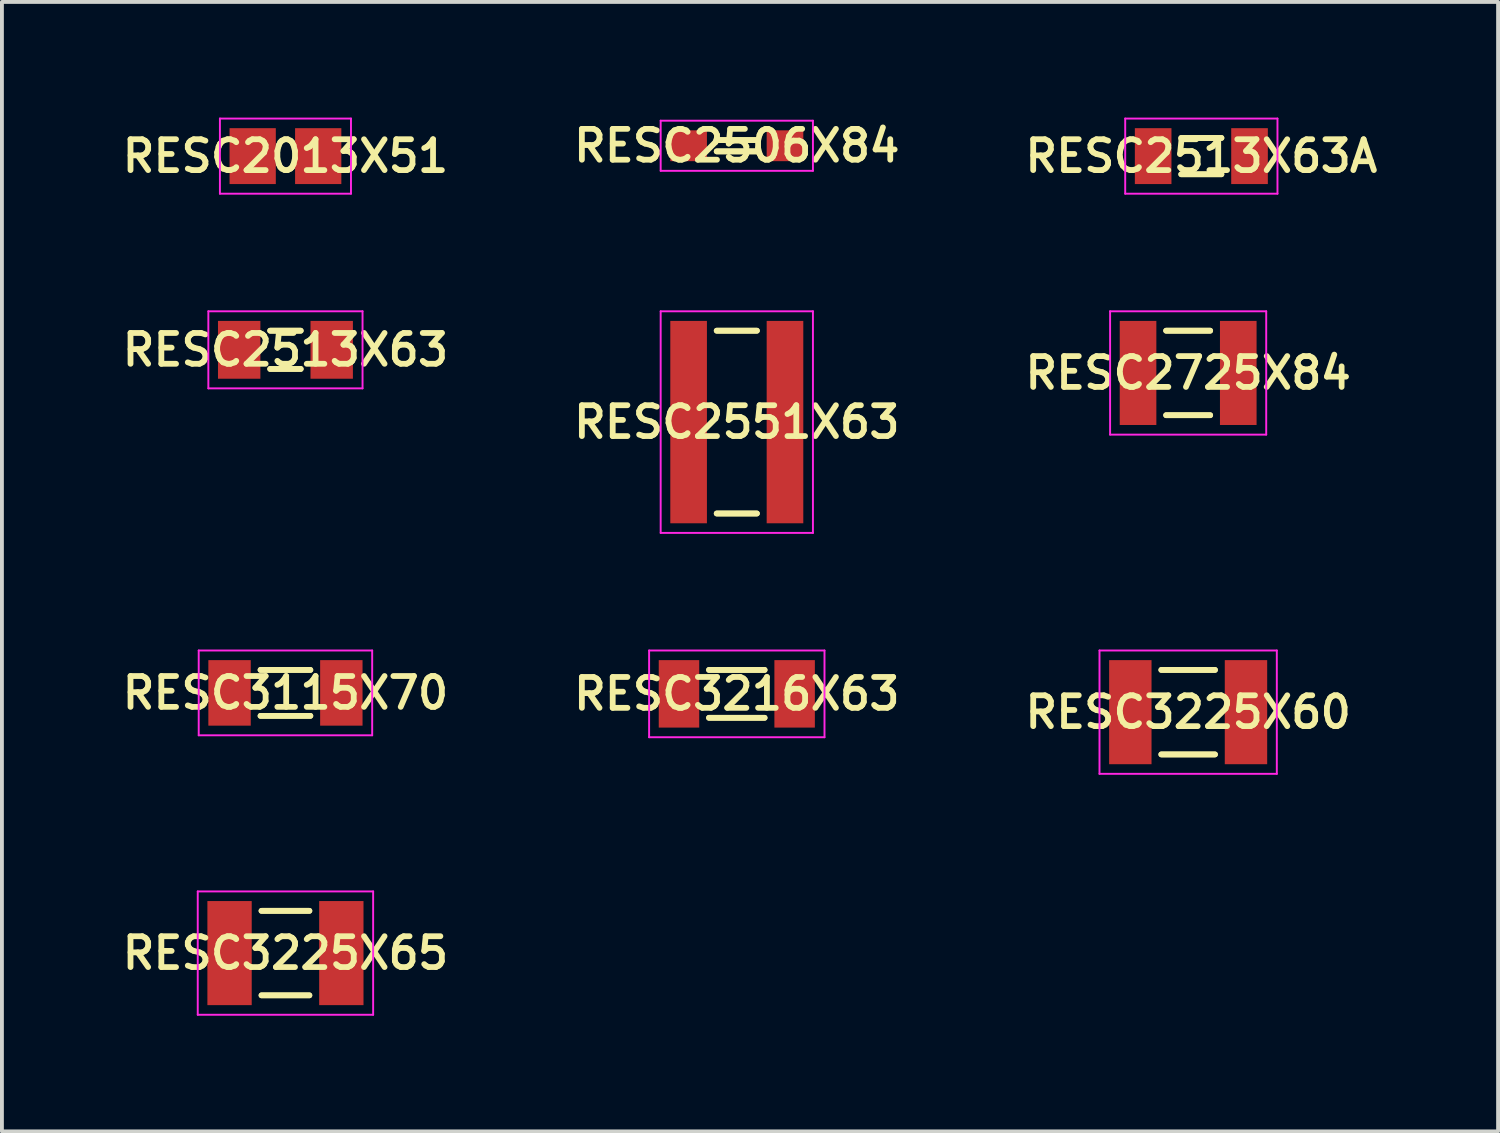
<source format=kicad_pcb>
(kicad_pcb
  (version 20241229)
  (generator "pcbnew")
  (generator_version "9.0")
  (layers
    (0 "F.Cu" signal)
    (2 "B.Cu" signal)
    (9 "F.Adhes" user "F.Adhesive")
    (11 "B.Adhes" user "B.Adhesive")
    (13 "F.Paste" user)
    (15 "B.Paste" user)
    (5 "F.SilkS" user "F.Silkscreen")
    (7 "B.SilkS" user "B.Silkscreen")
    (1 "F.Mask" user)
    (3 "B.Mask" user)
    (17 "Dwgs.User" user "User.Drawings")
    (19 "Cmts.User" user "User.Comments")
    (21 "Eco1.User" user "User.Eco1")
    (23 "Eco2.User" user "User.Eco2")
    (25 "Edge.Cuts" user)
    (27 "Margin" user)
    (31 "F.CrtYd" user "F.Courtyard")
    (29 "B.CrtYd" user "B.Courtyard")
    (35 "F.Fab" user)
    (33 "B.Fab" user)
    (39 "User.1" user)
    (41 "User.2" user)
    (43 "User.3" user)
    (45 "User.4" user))
  (footprint "RESC3225X65"
    (layer "F.Cu")
    (at 4.355 21.675)
    (property "Reference" "RESC3225X65" (at 0 0 0) (layer "F.SilkS") (effects (font (size 0.8 0.8) (thickness 0.15))))
    (attr smd)
    (fp_line (start -0.621 -1.096) (end 0.621 -1.096) (stroke (width 0.15) (type solid)) (layer "F.SilkS"))
    (fp_line (start -0.621 1.096) (end 0.621 1.096) (stroke (width 0.15) (type solid)) (layer "F.SilkS"))
    (fp_line (start 0.621 -1.096) (end -0.621 -1.096) (stroke (width 0.15) (type solid)) (layer "F.SilkS"))
    (fp_line (start 0.621 1.096) (end -0.621 1.096) (stroke (width 0.15) (type solid)) (layer "F.SilkS"))
    (fp_line (start -2.275 -1.6) (end 2.275 -1.6) (stroke (width 0.05) (type solid)) (layer "F.CrtYd"))
    (fp_line (start -2.275 1.6) (end -2.275 -1.6) (stroke (width 0.05) (type solid)) (layer "F.CrtYd"))
    (fp_line (start 2.275 -1.6) (end 2.275 1.6) (stroke (width 0.05) (type solid)) (layer "F.CrtYd"))
    (fp_line (start 2.275 1.6) (end -2.275 1.6) (stroke (width 0.05) (type solid)) (layer "F.CrtYd"))
    (pad "1" smd rect (at -1.45 0) (size 1.15 2.7) (layers "F.Cu" "F.Mask" "F.Paste"))
    (pad "2" smd rect (at 1.45 0) (size 1.15 2.7) (layers "F.Cu" "F.Mask" "F.Paste")))
  (footprint "RESC2506X84"
    (layer "F.Cu")
    (at 16.064 0.731)
    (property "Reference" "RESC2506X84" (at 0 0 0) (layer "F.SilkS") (effects (font (size 0.8 0.8) (thickness 0.15))))
    (attr smd)
    (fp_line (start -0.521 -0.146) (end 0.521 -0.146) (stroke (width 0.15) (type solid)) (layer "F.SilkS"))
    (fp_line (start -0.521 0.146) (end 0.521 0.146) (stroke (width 0.15) (type solid)) (layer "F.SilkS"))
    (fp_line (start 0.521 -0.146) (end -0.521 -0.146) (stroke (width 0.15) (type solid)) (layer "F.SilkS"))
    (fp_line (start 0.521 0.146) (end -0.521 0.146) (stroke (width 0.15) (type solid)) (layer "F.SilkS"))
    (fp_line (start -1.975 -0.65) (end 1.975 -0.65) (stroke (width 0.05) (type solid)) (layer "F.CrtYd"))
    (fp_line (start -1.975 0.65) (end -1.975 -0.65) (stroke (width 0.05) (type solid)) (layer "F.CrtYd"))
    (fp_line (start 1.975 -0.65) (end 1.975 0.65) (stroke (width 0.05) (type solid)) (layer "F.CrtYd"))
    (fp_line (start 1.975 0.65) (end -1.975 0.65) (stroke (width 0.05) (type solid)) (layer "F.CrtYd"))
    (pad "1" smd rect (at -1.25 0) (size 0.95 0.8) (layers "F.Cu" "F.Mask" "F.Paste"))
    (pad "2" smd rect (at 1.25 0) (size 0.95 0.8) (layers "F.Cu" "F.Mask" "F.Paste")))
  (footprint "RESC2513X63A"
    (layer "F.Cu")
    (at 28.115 1)
    (property "Reference" "RESC2513X63A" (at 0 0 0) (layer "F.SilkS") (effects (font (size 0.8 0.8) (thickness 0.15))))
    (attr smd)
    (fp_line (start -0.521 -0.471) (end 0.521 -0.471) (stroke (width 0.15) (type solid)) (layer "F.SilkS"))
    (fp_line (start -0.521 0.471) (end 0.521 0.471) (stroke (width 0.15) (type solid)) (layer "F.SilkS"))
    (fp_line (start 0.521 -0.471) (end -0.521 -0.471) (stroke (width 0.15) (type solid)) (layer "F.SilkS"))
    (fp_line (start 0.521 0.471) (end -0.521 0.471) (stroke (width 0.15) (type solid)) (layer "F.SilkS"))
    (fp_line (start -1.975 -0.975) (end 1.975 -0.975) (stroke (width 0.05) (type solid)) (layer "F.CrtYd"))
    (fp_line (start -1.975 0.975) (end -1.975 -0.975) (stroke (width 0.05) (type solid)) (layer "F.CrtYd"))
    (fp_line (start 1.975 -0.975) (end 1.975 0.975) (stroke (width 0.05) (type solid)) (layer "F.CrtYd"))
    (fp_line (start 1.975 0.975) (end -1.975 0.975) (stroke (width 0.05) (type solid)) (layer "F.CrtYd"))
    (pad "1" smd rect (at -1.25 0) (size 0.95 1.45) (layers "F.Cu" "F.Mask" "F.Paste"))
    (pad "2" smd rect (at 1.25 0) (size 0.95 1.45) (layers "F.Cu" "F.Mask" "F.Paste")))
  (footprint "RESC3216X63"
    (layer "F.Cu")
    (at 16.064 14.95)
    (property "Reference" "RESC3216X63" (at 0 0 0) (layer "F.SilkS") (effects (font (size 0.8 0.8) (thickness 0.15))))
    (attr smd)
    (fp_line (start -0.721 -0.621) (end 0.721 -0.621) (stroke (width 0.15) (type solid)) (layer "F.SilkS"))
    (fp_line (start -0.721 0.621) (end 0.721 0.621) (stroke (width 0.15) (type solid)) (layer "F.SilkS"))
    (fp_line (start 0.721 -0.621) (end -0.721 -0.621) (stroke (width 0.15) (type solid)) (layer "F.SilkS"))
    (fp_line (start 0.721 0.621) (end -0.721 0.621) (stroke (width 0.15) (type solid)) (layer "F.SilkS"))
    (fp_line (start -2.275 -1.125) (end 2.275 -1.125) (stroke (width 0.05) (type solid)) (layer "F.CrtYd"))
    (fp_line (start -2.275 1.125) (end -2.275 -1.125) (stroke (width 0.05) (type solid)) (layer "F.CrtYd"))
    (fp_line (start 2.275 -1.125) (end 2.275 1.125) (stroke (width 0.05) (type solid)) (layer "F.CrtYd"))
    (fp_line (start 2.275 1.125) (end -2.275 1.125) (stroke (width 0.05) (type solid)) (layer "F.CrtYd"))
    (pad "1" smd rect (at -1.5 0) (size 1.05 1.75) (layers "F.Cu" "F.Mask" "F.Paste"))
    (pad "2" smd rect (at 1.5 0) (size 1.05 1.75) (layers "F.Cu" "F.Mask" "F.Paste")))
  (footprint "RESC3225X60"
    (layer "F.Cu")
    (at 27.773 15.425)
    (property "Reference" "RESC3225X60" (at 0 0 0) (layer "F.SilkS") (effects (font (size 0.8 0.8) (thickness 0.15))))
    (attr smd)
    (fp_line (start -0.696 -1.096) (end 0.696 -1.096) (stroke (width 0.15) (type solid)) (layer "F.SilkS"))
    (fp_line (start -0.696 1.096) (end 0.696 1.096) (stroke (width 0.15) (type solid)) (layer "F.SilkS"))
    (fp_line (start 0.696 -1.096) (end -0.696 -1.096) (stroke (width 0.15) (type solid)) (layer "F.SilkS"))
    (fp_line (start 0.696 1.096) (end -0.696 1.096) (stroke (width 0.15) (type solid)) (layer "F.SilkS"))
    (fp_line (start -2.3 -1.6) (end 2.3 -1.6) (stroke (width 0.05) (type solid)) (layer "F.CrtYd"))
    (fp_line (start -2.3 1.6) (end -2.3 -1.6) (stroke (width 0.05) (type solid)) (layer "F.CrtYd"))
    (fp_line (start 2.3 -1.6) (end 2.3 1.6) (stroke (width 0.05) (type solid)) (layer "F.CrtYd"))
    (fp_line (start 2.3 1.6) (end -2.3 1.6) (stroke (width 0.05) (type solid)) (layer "F.CrtYd"))
    (pad "1" smd rect (at -1.5 0) (size 1.1 2.7) (layers "F.Cu" "F.Mask" "F.Paste"))
    (pad "2" smd rect (at 1.5 0) (size 1.1 2.7) (layers "F.Cu" "F.Mask" "F.Paste")))
  (footprint "RESC2725X84"
    (layer "F.Cu")
    (at 27.773 6.625)
    (property "Reference" "RESC2725X84" (at 0 0 0) (layer "F.SilkS") (effects (font (size 0.8 0.8) (thickness 0.15))))
    (attr smd)
    (fp_line (start -0.571 -1.096) (end 0.571 -1.096) (stroke (width 0.15) (type solid)) (layer "F.SilkS"))
    (fp_line (start -0.571 1.096) (end 0.571 1.096) (stroke (width 0.15) (type solid)) (layer "F.SilkS"))
    (fp_line (start 0.571 -1.096) (end -0.571 -1.096) (stroke (width 0.15) (type solid)) (layer "F.SilkS"))
    (fp_line (start 0.571 1.096) (end -0.571 1.096) (stroke (width 0.15) (type solid)) (layer "F.SilkS"))
    (fp_line (start -2.025 -1.6) (end 2.025 -1.6) (stroke (width 0.05) (type solid)) (layer "F.CrtYd"))
    (fp_line (start -2.025 1.6) (end -2.025 -1.6) (stroke (width 0.05) (type solid)) (layer "F.CrtYd"))
    (fp_line (start 2.025 -1.6) (end 2.025 1.6) (stroke (width 0.05) (type solid)) (layer "F.CrtYd"))
    (fp_line (start 2.025 1.6) (end -2.025 1.6) (stroke (width 0.05) (type solid)) (layer "F.CrtYd"))
    (pad "1" smd rect (at -1.3 0) (size 0.95 2.7) (layers "F.Cu" "F.Mask" "F.Paste"))
    (pad "2" smd rect (at 1.3 0) (size 0.95 2.7) (layers "F.Cu" "F.Mask" "F.Paste")))
  (footprint "RESC2551X63"
    (layer "F.Cu")
    (at 16.064 7.9)
    (property "Reference" "RESC2551X63" (at 0 0 0) (layer "F.SilkS") (effects (font (size 0.8 0.8) (thickness 0.15))))
    (attr smd)
    (fp_line (start -0.521 -2.371) (end 0.521 -2.371) (stroke (width 0.15) (type solid)) (layer "F.SilkS"))
    (fp_line (start -0.521 2.371) (end 0.521 2.371) (stroke (width 0.15) (type solid)) (layer "F.SilkS"))
    (fp_line (start 0.521 -2.371) (end -0.521 -2.371) (stroke (width 0.15) (type solid)) (layer "F.SilkS"))
    (fp_line (start 0.521 2.371) (end -0.521 2.371) (stroke (width 0.15) (type solid)) (layer "F.SilkS"))
    (fp_line (start -1.975 -2.875) (end 1.975 -2.875) (stroke (width 0.05) (type solid)) (layer "F.CrtYd"))
    (fp_line (start -1.975 2.875) (end -1.975 -2.875) (stroke (width 0.05) (type solid)) (layer "F.CrtYd"))
    (fp_line (start 1.975 -2.875) (end 1.975 2.875) (stroke (width 0.05) (type solid)) (layer "F.CrtYd"))
    (fp_line (start 1.975 2.875) (end -1.975 2.875) (stroke (width 0.05) (type solid)) (layer "F.CrtYd"))
    (pad "1" smd rect (at -1.25 0) (size 0.95 5.25) (layers "F.Cu" "F.Mask" "F.Paste"))
    (pad "2" smd rect (at 1.25 0) (size 0.95 5.25) (layers "F.Cu" "F.Mask" "F.Paste")))
  (footprint "RESC3115X70"
    (layer "F.Cu")
    (at 4.355 14.925)
    (property "Reference" "RESC3115X70" (at 0 0 0) (layer "F.SilkS") (effects (font (size 0.8 0.8) (thickness 0.15))))
    (attr smd)
    (fp_line (start -0.646 -0.596) (end 0.646 -0.596) (stroke (width 0.15) (type solid)) (layer "F.SilkS"))
    (fp_line (start -0.646 0.596) (end 0.646 0.596) (stroke (width 0.15) (type solid)) (layer "F.SilkS"))
    (fp_line (start 0.646 -0.596) (end -0.646 -0.596) (stroke (width 0.15) (type solid)) (layer "F.SilkS"))
    (fp_line (start 0.646 0.596) (end -0.646 0.596) (stroke (width 0.15) (type solid)) (layer "F.SilkS"))
    (fp_line (start -2.25 -1.1) (end 2.25 -1.1) (stroke (width 0.05) (type solid)) (layer "F.CrtYd"))
    (fp_line (start -2.25 1.1) (end -2.25 -1.1) (stroke (width 0.05) (type solid)) (layer "F.CrtYd"))
    (fp_line (start 2.25 -1.1) (end 2.25 1.1) (stroke (width 0.05) (type solid)) (layer "F.CrtYd"))
    (fp_line (start 2.25 1.1) (end -2.25 1.1) (stroke (width 0.05) (type solid)) (layer "F.CrtYd"))
    (pad "1" smd rect (at -1.45 0) (size 1.1 1.7) (layers "F.Cu" "F.Mask" "F.Paste"))
    (pad "2" smd rect (at 1.45 0) (size 1.1 1.7) (layers "F.Cu" "F.Mask" "F.Paste")))
  (footprint "RESC2013X51"
    (layer "F.Cu")
    (at 4.355 1)
    (property "Reference" "RESC2013X51" (at 0 0 0) (layer "F.SilkS") (effects (font (size 0.8 0.8) (thickness 0.15))))
    (attr smd)
    (fp_line (start -1.7 -0.975) (end 1.7 -0.975) (stroke (width 0.05) (type solid)) (layer "F.CrtYd"))
    (fp_line (start -1.7 0.975) (end -1.7 -0.975) (stroke (width 0.05) (type solid)) (layer "F.CrtYd"))
    (fp_line (start 1.7 -0.975) (end 1.7 0.975) (stroke (width 0.05) (type solid)) (layer "F.CrtYd"))
    (fp_line (start 1.7 0.975) (end -1.7 0.975) (stroke (width 0.05) (type solid)) (layer "F.CrtYd"))
    (pad "1" smd rect (at -0.85 0) (size 1.2 1.45) (layers "F.Cu" "F.Mask" "F.Paste"))
    (pad "2" smd rect (at 0.85 0) (size 1.2 1.45) (layers "F.Cu" "F.Mask" "F.Paste")))
  (footprint "RESC2513X63"
    (layer "F.Cu")
    (at 4.355 6.025)
    (property "Reference" "RESC2513X63" (at 0 0 0) (layer "F.SilkS") (effects (font (size 0.8 0.8) (thickness 0.15))))
    (attr smd)
    (fp_line (start -0.396 -0.496) (end 0.396 -0.496) (stroke (width 0.15) (type solid)) (layer "F.SilkS"))
    (fp_line (start -0.396 0.496) (end 0.396 0.496) (stroke (width 0.15) (type solid)) (layer "F.SilkS"))
    (fp_line (start 0.396 -0.496) (end -0.396 -0.496) (stroke (width 0.15) (type solid)) (layer "F.SilkS"))
    (fp_line (start 0.396 0.496) (end -0.396 0.496) (stroke (width 0.15) (type solid)) (layer "F.SilkS"))
    (fp_line (start -2 -1) (end 2 -1) (stroke (width 0.05) (type solid)) (layer "F.CrtYd"))
    (fp_line (start -2 1) (end -2 -1) (stroke (width 0.05) (type solid)) (layer "F.CrtYd"))
    (fp_line (start 2 -1) (end 2 1) (stroke (width 0.05) (type solid)) (layer "F.CrtYd"))
    (fp_line (start 2 1) (end -2 1) (stroke (width 0.05) (type solid)) (layer "F.CrtYd"))
    (pad "1" smd rect (at -1.2 0) (size 1.1 1.5) (layers "F.Cu" "F.Mask" "F.Paste"))
    (pad "2" smd rect (at 1.2 0) (size 1.1 1.5) (layers "F.Cu" "F.Mask" "F.Paste")))
  (gr_rect
    (start -3 -3)
    (end 35.813 26.3)
    (stroke (width 0.1) (type default))
    (fill no)
    (layer "Edge.Cuts")))
</source>
